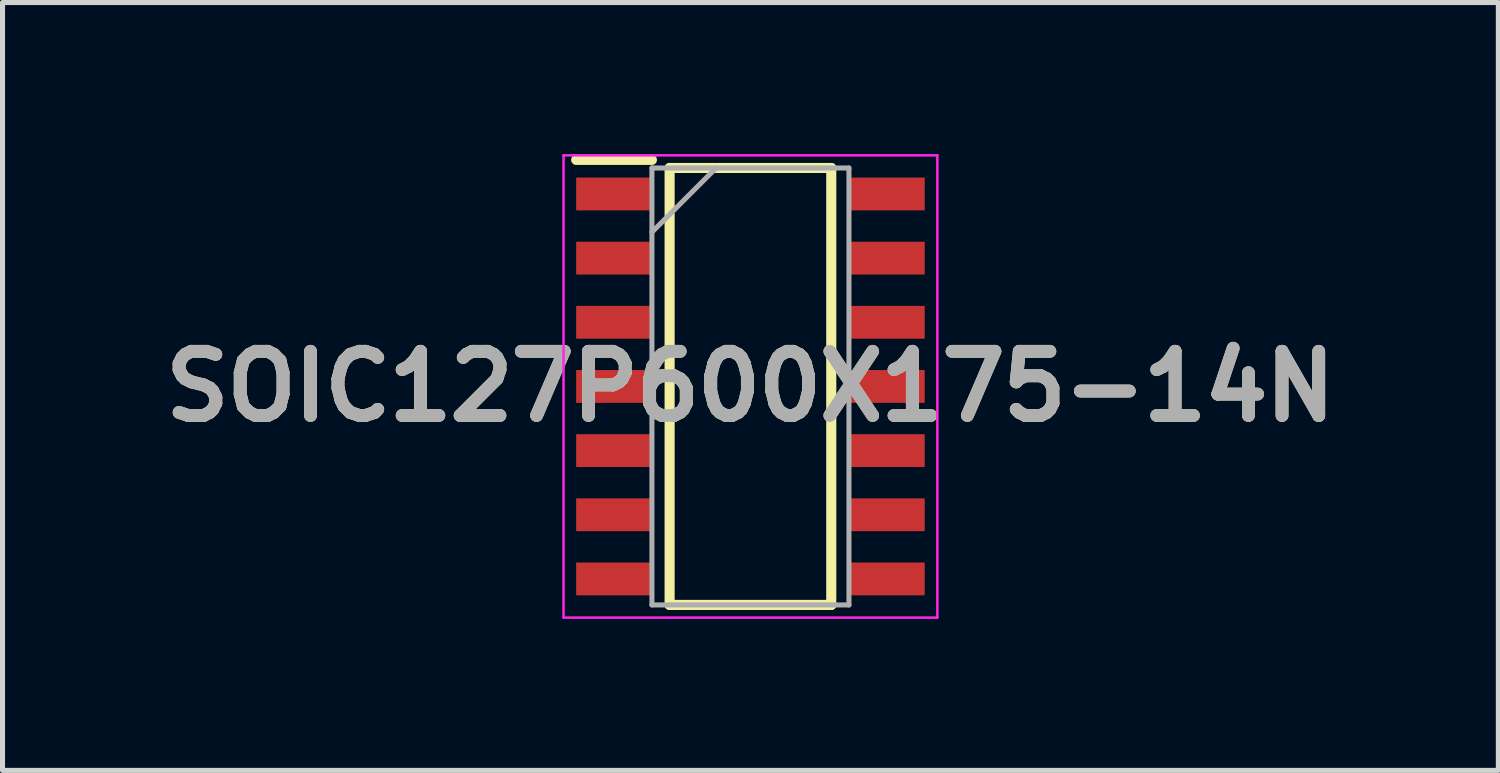
<source format=kicad_pcb>
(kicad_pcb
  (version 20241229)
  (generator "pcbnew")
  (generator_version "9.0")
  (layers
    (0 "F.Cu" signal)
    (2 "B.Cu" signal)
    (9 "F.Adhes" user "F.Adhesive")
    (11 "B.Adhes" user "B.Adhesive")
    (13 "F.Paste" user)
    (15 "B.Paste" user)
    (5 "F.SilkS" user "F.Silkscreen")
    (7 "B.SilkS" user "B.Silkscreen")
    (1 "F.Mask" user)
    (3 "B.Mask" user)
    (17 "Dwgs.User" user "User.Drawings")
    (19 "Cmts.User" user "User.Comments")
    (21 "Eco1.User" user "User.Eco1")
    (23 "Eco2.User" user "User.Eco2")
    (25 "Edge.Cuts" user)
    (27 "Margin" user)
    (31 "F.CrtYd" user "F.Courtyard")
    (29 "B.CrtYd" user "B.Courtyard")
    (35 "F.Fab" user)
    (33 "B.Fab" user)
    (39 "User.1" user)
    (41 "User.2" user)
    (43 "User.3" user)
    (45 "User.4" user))
  (footprint "SOIC127P600X175-14N"
    (layer "F.Cu")
    (at 11.805 4.6)
    (property "Reference" "SOIC127P600X175-14N" (at 0 0 0) (layer "F.SilkS") (effects (font (size 1.27 1.27) (thickness 0.254))))
    (attr smd)
    (fp_line (start -3.45 -4.485) (end -1.95 -4.485) (stroke (width 0.2) (type solid)) (layer "F.SilkS"))
    (fp_line (start -1.6 -4.325) (end 1.6 -4.325) (stroke (width 0.2) (type solid)) (layer "F.SilkS"))
    (fp_line (start -1.6 4.325) (end -1.6 -4.325) (stroke (width 0.2) (type solid)) (layer "F.SilkS"))
    (fp_line (start 1.6 -4.325) (end 1.6 4.325) (stroke (width 0.2) (type solid)) (layer "F.SilkS"))
    (fp_line (start 1.6 4.325) (end -1.6 4.325) (stroke (width 0.2) (type solid)) (layer "F.SilkS"))
    (fp_line (start -3.7 -4.575) (end 3.7 -4.575) (stroke (width 0.05) (type solid)) (layer "F.CrtYd"))
    (fp_line (start -3.7 4.575) (end -3.7 -4.575) (stroke (width 0.05) (type solid)) (layer "F.CrtYd"))
    (fp_line (start 3.7 -4.575) (end 3.7 4.575) (stroke (width 0.05) (type solid)) (layer "F.CrtYd"))
    (fp_line (start 3.7 4.575) (end -3.7 4.575) (stroke (width 0.05) (type solid)) (layer "F.CrtYd"))
    (fp_line (start -1.95 -4.325) (end 1.95 -4.325) (stroke (width 0.1) (type solid)) (layer "F.Fab"))
    (fp_line (start -1.95 -3.055) (end -0.68 -4.325) (stroke (width 0.1) (type solid)) (layer "F.Fab"))
    (fp_line (start -1.95 4.325) (end -1.95 -4.325) (stroke (width 0.1) (type solid)) (layer "F.Fab"))
    (fp_line (start 1.95 -4.325) (end 1.95 4.325) (stroke (width 0.1) (type solid)) (layer "F.Fab"))
    (fp_line (start 1.95 4.325) (end -1.95 4.325) (stroke (width 0.1) (type solid)) (layer "F.Fab"))
    (fp_text user "${REFERENCE}" (at 0 0 0) (layer "F.Fab") (effects (font (size 1.27 1.27) (thickness 0.254))))
    (pad "1" smd rect (at -2.7 -3.81 90) (size 0.65 1.5) (layers "F.Cu" "F.Paste"))
    (pad "2" smd rect (at -2.7 -2.54 90) (size 0.65 1.5) (layers "F.Cu" "F.Paste"))
    (pad "3" smd rect (at -2.7 -1.27 90) (size 0.65 1.5) (layers "F.Cu" "F.Paste"))
    (pad "4" smd rect (at -2.7 0 90) (size 0.65 1.5) (layers "F.Cu" "F.Paste"))
    (pad "5" smd rect (at -2.7 1.27 90) (size 0.65 1.5) (layers "F.Cu" "F.Paste"))
    (pad "6" smd rect (at -2.7 2.54 90) (size 0.65 1.5) (layers "F.Cu" "F.Paste"))
    (pad "7" smd rect (at -2.7 3.81 90) (size 0.65 1.5) (layers "F.Cu" "F.Paste"))
    (pad "8" smd rect (at 2.7 3.81 90) (size 0.65 1.5) (layers "F.Cu" "F.Paste"))
    (pad "9" smd rect (at 2.7 2.54 90) (size 0.65 1.5) (layers "F.Cu" "F.Paste"))
    (pad "10" smd rect (at 2.7 1.27 90) (size 0.65 1.5) (layers "F.Cu" "F.Paste"))
    (pad "11" smd rect (at 2.7 0 90) (size 0.65 1.5) (layers "F.Cu" "F.Paste"))
    (pad "12" smd rect (at 2.7 -1.27 90) (size 0.65 1.5) (layers "F.Cu" "F.Paste"))
    (pad "13" smd rect (at 2.7 -2.54 90) (size 0.65 1.5) (layers "F.Cu" "F.Paste"))
    (pad "14" smd rect (at 2.7 -3.81 90) (size 0.65 1.5) (layers "F.Cu" "F.Paste")))
  (gr_rect
    (start -3 -3)
    (end 26.61 12.2)
    (stroke (width 0.1) (type default))
    (fill no)
    (layer "Edge.Cuts")))
</source>
